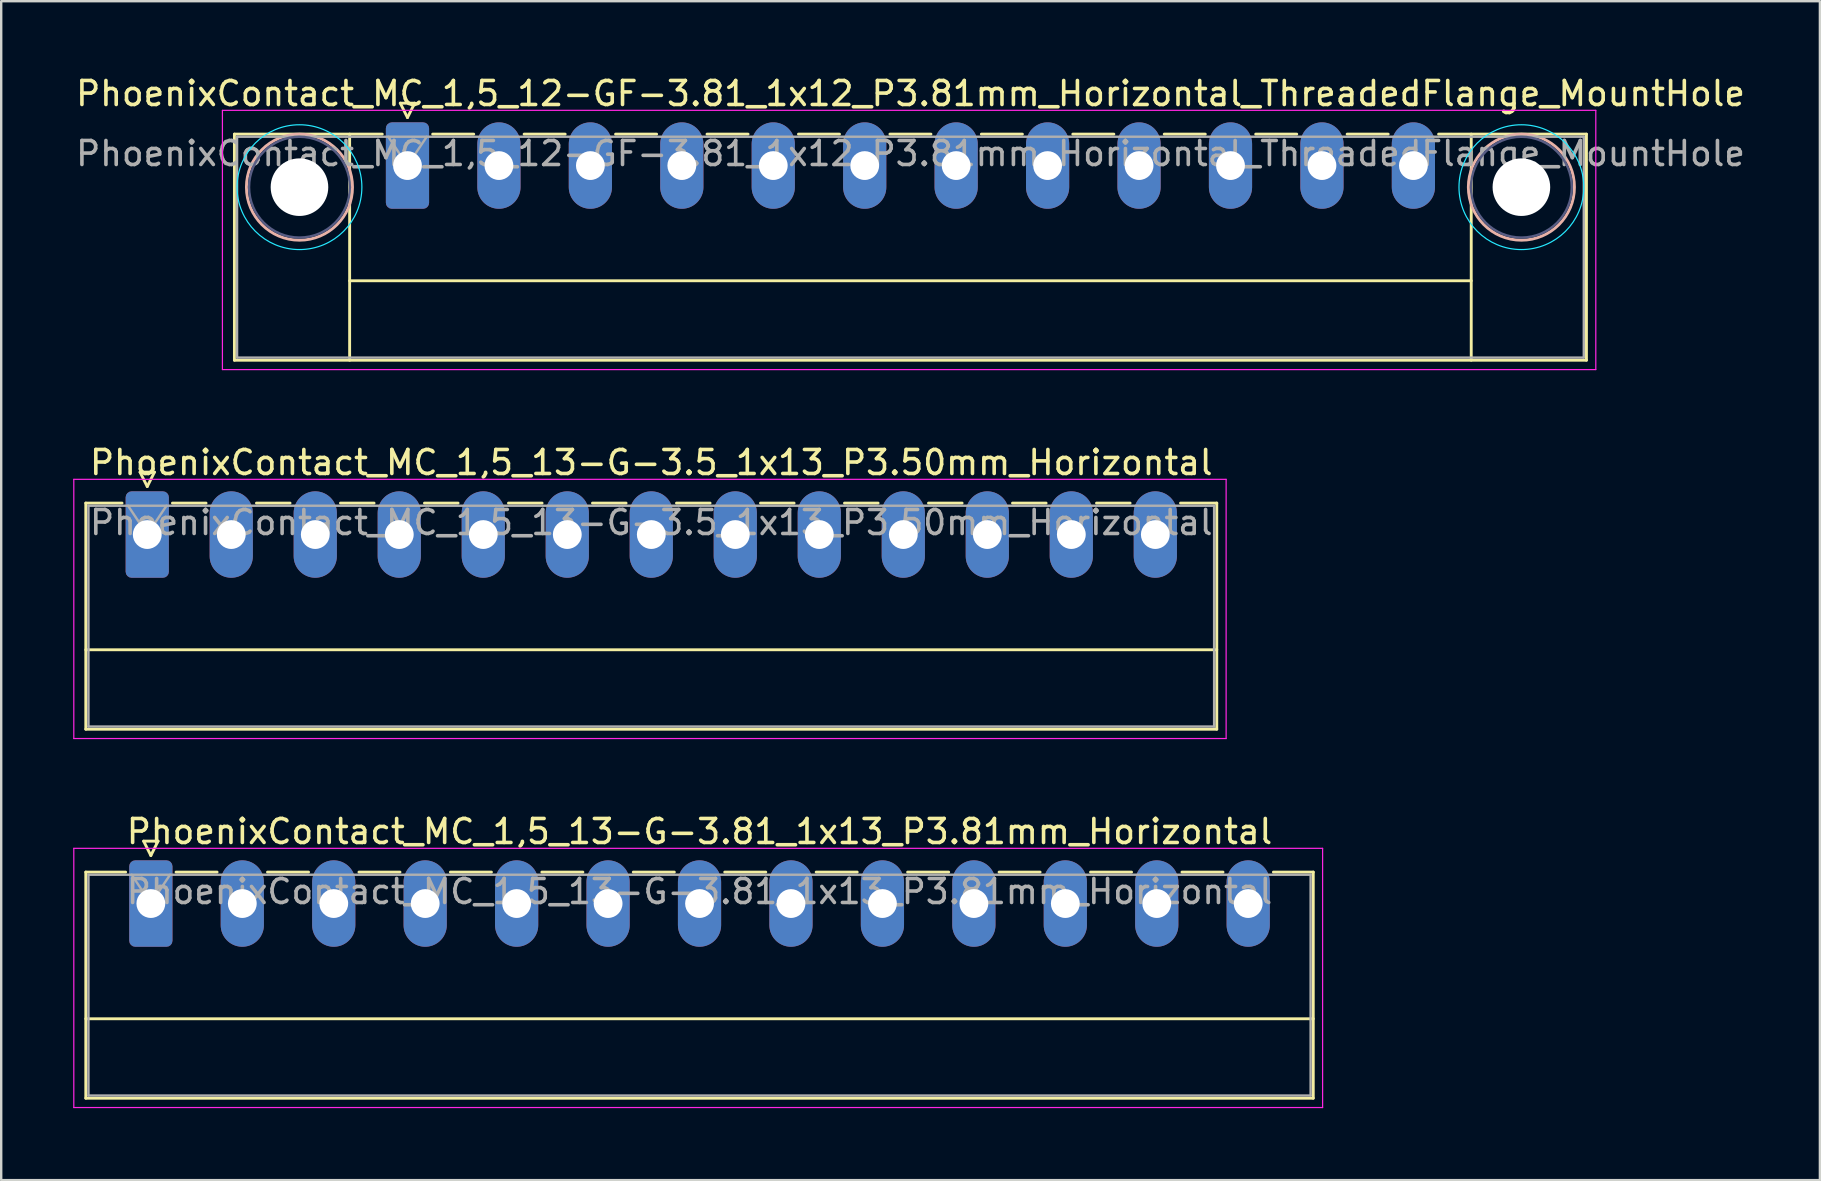
<source format=kicad_pcb>
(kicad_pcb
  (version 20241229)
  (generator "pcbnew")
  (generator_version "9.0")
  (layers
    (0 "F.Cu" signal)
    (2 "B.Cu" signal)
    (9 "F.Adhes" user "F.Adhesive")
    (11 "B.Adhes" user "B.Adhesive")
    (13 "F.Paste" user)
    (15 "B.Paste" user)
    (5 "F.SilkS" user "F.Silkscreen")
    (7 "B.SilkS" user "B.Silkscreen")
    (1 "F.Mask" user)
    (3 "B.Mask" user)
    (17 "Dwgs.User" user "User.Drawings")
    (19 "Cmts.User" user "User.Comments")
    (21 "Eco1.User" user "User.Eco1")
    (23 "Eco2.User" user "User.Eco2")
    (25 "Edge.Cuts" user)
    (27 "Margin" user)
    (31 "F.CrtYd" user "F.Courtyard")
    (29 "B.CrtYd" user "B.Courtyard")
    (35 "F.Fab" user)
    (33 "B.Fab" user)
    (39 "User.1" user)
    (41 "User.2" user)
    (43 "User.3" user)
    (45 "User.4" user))
  (footprint "PhoenixContact_MC_1,5_13-G-3.5_1x13_P3.50mm_Horizontal"
    (layer "F.Cu")
    (at 3.085 19.221)
    (property "Reference" "PhoenixContact_MC_1,5_13-G-3.5_1x13_P3.50mm_Horizontal" (at 21 -3 0) (layer "F.SilkS") (effects (font (size 1 1) (thickness 0.15))))
    (attr through_hole)
    (fp_line (start -2.56 -1.31) (end -2.56 8.11) (stroke (width 0.12) (type solid)) (layer "F.SilkS"))
    (fp_line (start -2.56 -1.31) (end -1.05 -1.31) (stroke (width 0.12) (type solid)) (layer "F.SilkS"))
    (fp_line (start -2.56 4.8) (end 44.56 4.8) (stroke (width 0.12) (type solid)) (layer "F.SilkS"))
    (fp_line (start -2.56 8.11) (end 44.56 8.11) (stroke (width 0.12) (type solid)) (layer "F.SilkS"))
    (fp_line (start -0.3 -2.6) (end 0.3 -2.6) (stroke (width 0.12) (type solid)) (layer "F.SilkS"))
    (fp_line (start 0 -2) (end -0.3 -2.6) (stroke (width 0.12) (type solid)) (layer "F.SilkS"))
    (fp_line (start 0.3 -2.6) (end 0 -2) (stroke (width 0.12) (type solid)) (layer "F.SilkS"))
    (fp_line (start 1.05 -1.31) (end 2.45 -1.31) (stroke (width 0.12) (type solid)) (layer "F.SilkS"))
    (fp_line (start 4.55 -1.31) (end 5.95 -1.31) (stroke (width 0.12) (type solid)) (layer "F.SilkS"))
    (fp_line (start 8.05 -1.31) (end 9.45 -1.31) (stroke (width 0.12) (type solid)) (layer "F.SilkS"))
    (fp_line (start 11.55 -1.31) (end 12.95 -1.31) (stroke (width 0.12) (type solid)) (layer "F.SilkS"))
    (fp_line (start 15.05 -1.31) (end 16.45 -1.31) (stroke (width 0.12) (type solid)) (layer "F.SilkS"))
    (fp_line (start 18.55 -1.31) (end 19.95 -1.31) (stroke (width 0.12) (type solid)) (layer "F.SilkS"))
    (fp_line (start 22.05 -1.31) (end 23.45 -1.31) (stroke (width 0.12) (type solid)) (layer "F.SilkS"))
    (fp_line (start 25.55 -1.31) (end 26.95 -1.31) (stroke (width 0.12) (type solid)) (layer "F.SilkS"))
    (fp_line (start 29.05 -1.31) (end 30.45 -1.31) (stroke (width 0.12) (type solid)) (layer "F.SilkS"))
    (fp_line (start 32.55 -1.31) (end 33.95 -1.31) (stroke (width 0.12) (type solid)) (layer "F.SilkS"))
    (fp_line (start 36.05 -1.31) (end 37.45 -1.31) (stroke (width 0.12) (type solid)) (layer "F.SilkS"))
    (fp_line (start 39.55 -1.31) (end 40.95 -1.31) (stroke (width 0.12) (type solid)) (layer "F.SilkS"))
    (fp_line (start 44.56 -1.31) (end 43.05 -1.31) (stroke (width 0.12) (type solid)) (layer "F.SilkS"))
    (fp_line (start 44.56 8.11) (end 44.56 -1.31) (stroke (width 0.12) (type solid)) (layer "F.SilkS"))
    (fp_line (start -3.06 -2.3) (end -3.06 8.5) (stroke (width 0.05) (type solid)) (layer "F.CrtYd"))
    (fp_line (start -3.06 8.5) (end 44.95 8.5) (stroke (width 0.05) (type solid)) (layer "F.CrtYd"))
    (fp_line (start 44.95 -2.3) (end -3.06 -2.3) (stroke (width 0.05) (type solid)) (layer "F.CrtYd"))
    (fp_line (start 44.95 8.5) (end 44.95 -2.3) (stroke (width 0.05) (type solid)) (layer "F.CrtYd"))
    (fp_line (start -2.45 -1.2) (end -2.45 8) (stroke (width 0.1) (type solid)) (layer "F.Fab"))
    (fp_line (start -2.45 8) (end 44.45 8) (stroke (width 0.1) (type solid)) (layer "F.Fab"))
    (fp_line (start 0 0) (end -0.8 -1.2) (stroke (width 0.1) (type solid)) (layer "F.Fab"))
    (fp_line (start 0.8 -1.2) (end 0 0) (stroke (width 0.1) (type solid)) (layer "F.Fab"))
    (fp_line (start 44.45 -1.2) (end -2.45 -1.2) (stroke (width 0.1) (type solid)) (layer "F.Fab"))
    (fp_line (start 44.45 8) (end 44.45 -1.2) (stroke (width 0.1) (type solid)) (layer "F.Fab"))
    (fp_text user "${REFERENCE}" (at 21 -0.5 0) (layer "F.Fab") (effects (font (size 1 1) (thickness 0.15))))
    (pad "1" thru_hole roundrect (at 0 0) (size 1.8 3.6) (drill 1.2) (layers "*.Cu" "*.Mask") (roundrect_rratio 0.139))
    (pad "2" thru_hole oval (at 3.5 0) (size 1.8 3.6) (drill 1.2) (layers "*.Cu" "*.Mask"))
    (pad "3" thru_hole oval (at 7 0) (size 1.8 3.6) (drill 1.2) (layers "*.Cu" "*.Mask"))
    (pad "4" thru_hole oval (at 10.5 0) (size 1.8 3.6) (drill 1.2) (layers "*.Cu" "*.Mask"))
    (pad "5" thru_hole oval (at 14 0) (size 1.8 3.6) (drill 1.2) (layers "*.Cu" "*.Mask"))
    (pad "6" thru_hole oval (at 17.5 0) (size 1.8 3.6) (drill 1.2) (layers "*.Cu" "*.Mask"))
    (pad "7" thru_hole oval (at 21 0) (size 1.8 3.6) (drill 1.2) (layers "*.Cu" "*.Mask"))
    (pad "8" thru_hole oval (at 24.5 0) (size 1.8 3.6) (drill 1.2) (layers "*.Cu" "*.Mask"))
    (pad "9" thru_hole oval (at 28 0) (size 1.8 3.6) (drill 1.2) (layers "*.Cu" "*.Mask"))
    (pad "10" thru_hole oval (at 31.5 0) (size 1.8 3.6) (drill 1.2) (layers "*.Cu" "*.Mask"))
    (pad "11" thru_hole oval (at 35 0) (size 1.8 3.6) (drill 1.2) (layers "*.Cu" "*.Mask"))
    (pad "12" thru_hole oval (at 38.5 0) (size 1.8 3.6) (drill 1.2) (layers "*.Cu" "*.Mask"))
    (pad "13" thru_hole oval (at 42 0) (size 1.8 3.6) (drill 1.2) (layers "*.Cu" "*.Mask")))
  (footprint "PhoenixContact_MC_1,5_12-GF-3.81_1x12_P3.81mm_Horizontal_ThreadedFlange_MountHole"
    (layer "F.Cu")
    (at 13.927 3.848)
    (property "Reference" "PhoenixContact_MC_1,5_12-GF-3.81_1x12_P3.81mm_Horizontal_ThreadedFlange_MountHole" (at 20.96 -3 0) (layer "F.SilkS") (effects (font (size 1 1) (thickness 0.15))))
    (attr through_hole)
    (fp_line (start -7.21 -1.31) (end -7.21 8.11) (stroke (width 0.12) (type solid)) (layer "F.SilkS"))
    (fp_line (start -7.21 -1.31) (end -1.05 -1.31) (stroke (width 0.12) (type solid)) (layer "F.SilkS"))
    (fp_line (start -7.21 8.11) (end 49.12 8.11) (stroke (width 0.12) (type solid)) (layer "F.SilkS"))
    (fp_line (start -2.41 -1.31) (end -2.41 8.11) (stroke (width 0.12) (type solid)) (layer "F.SilkS"))
    (fp_line (start -2.41 4.8) (end 44.32 4.8) (stroke (width 0.12) (type solid)) (layer "F.SilkS"))
    (fp_line (start -0.3 -2.6) (end 0.3 -2.6) (stroke (width 0.12) (type solid)) (layer "F.SilkS"))
    (fp_line (start 0 -2) (end -0.3 -2.6) (stroke (width 0.12) (type solid)) (layer "F.SilkS"))
    (fp_line (start 0.3 -2.6) (end 0 -2) (stroke (width 0.12) (type solid)) (layer "F.SilkS"))
    (fp_line (start 1.05 -1.31) (end 2.76 -1.31) (stroke (width 0.12) (type solid)) (layer "F.SilkS"))
    (fp_line (start 4.86 -1.31) (end 6.57 -1.31) (stroke (width 0.12) (type solid)) (layer "F.SilkS"))
    (fp_line (start 8.67 -1.31) (end 10.38 -1.31) (stroke (width 0.12) (type solid)) (layer "F.SilkS"))
    (fp_line (start 12.48 -1.31) (end 14.19 -1.31) (stroke (width 0.12) (type solid)) (layer "F.SilkS"))
    (fp_line (start 16.29 -1.31) (end 18 -1.31) (stroke (width 0.12) (type solid)) (layer "F.SilkS"))
    (fp_line (start 20.1 -1.31) (end 21.81 -1.31) (stroke (width 0.12) (type solid)) (layer "F.SilkS"))
    (fp_line (start 23.91 -1.31) (end 25.62 -1.31) (stroke (width 0.12) (type solid)) (layer "F.SilkS"))
    (fp_line (start 27.72 -1.31) (end 29.43 -1.31) (stroke (width 0.12) (type solid)) (layer "F.SilkS"))
    (fp_line (start 31.53 -1.31) (end 33.24 -1.31) (stroke (width 0.12) (type solid)) (layer "F.SilkS"))
    (fp_line (start 35.34 -1.31) (end 37.05 -1.31) (stroke (width 0.12) (type solid)) (layer "F.SilkS"))
    (fp_line (start 39.15 -1.31) (end 40.86 -1.31) (stroke (width 0.12) (type solid)) (layer "F.SilkS"))
    (fp_line (start 44.32 -1.31) (end 44.32 8.11) (stroke (width 0.12) (type solid)) (layer "F.SilkS"))
    (fp_line (start 49.12 -1.31) (end 42.96 -1.31) (stroke (width 0.12) (type solid)) (layer "F.SilkS"))
    (fp_line (start 49.12 8.11) (end 49.12 -1.31) (stroke (width 0.12) (type solid)) (layer "F.SilkS"))
    (fp_circle (center -4.5 0.9) (end -2.29 0.9) (stroke (width 0.12) (type solid)) (fill no) (layer "B.SilkS"))
    (fp_circle (center 46.41 0.9) (end 48.62 0.9) (stroke (width 0.12) (type solid)) (fill no) (layer "B.SilkS"))
    (fp_circle (center -4.5 0.9) (end -1.9 0.9) (stroke (width 0.05) (type solid)) (fill no) (layer "B.CrtYd"))
    (fp_circle (center 46.41 0.9) (end 49.01 0.9) (stroke (width 0.05) (type solid)) (fill no) (layer "B.CrtYd"))
    (fp_line (start -7.71 -2.3) (end -7.71 8.5) (stroke (width 0.05) (type solid)) (layer "F.CrtYd"))
    (fp_line (start -7.71 8.5) (end 49.51 8.5) (stroke (width 0.05) (type solid)) (layer "F.CrtYd"))
    (fp_line (start 49.51 -2.3) (end -7.71 -2.3) (stroke (width 0.05) (type solid)) (layer "F.CrtYd"))
    (fp_line (start 49.51 8.5) (end 49.51 -2.3) (stroke (width 0.05) (type solid)) (layer "F.CrtYd"))
    (fp_circle (center -4.5 0.9) (end -2.4 0.9) (stroke (width 0.1) (type solid)) (fill no) (layer "B.Fab"))
    (fp_circle (center 46.41 0.9) (end 48.51 0.9) (stroke (width 0.1) (type solid)) (fill no) (layer "B.Fab"))
    (fp_line (start -7.1 -1.2) (end -7.1 8) (stroke (width 0.1) (type solid)) (layer "F.Fab"))
    (fp_line (start -7.1 8) (end 49.01 8) (stroke (width 0.1) (type solid)) (layer "F.Fab"))
    (fp_line (start 0 0) (end -0.8 -1.2) (stroke (width 0.1) (type solid)) (layer "F.Fab"))
    (fp_line (start 0.8 -1.2) (end 0 0) (stroke (width 0.1) (type solid)) (layer "F.Fab"))
    (fp_line (start 49.01 -1.2) (end -7.1 -1.2) (stroke (width 0.1) (type solid)) (layer "F.Fab"))
    (fp_line (start 49.01 8) (end 49.01 -1.2) (stroke (width 0.1) (type solid)) (layer "F.Fab"))
    (fp_text user "${REFERENCE}" (at 20.96 -0.5 0) (layer "F.Fab") (effects (font (size 1 1) (thickness 0.15))))
    (pad "" np_thru_hole circle (at -4.5 0.9) (size 2.4 2.4) (drill 2.4) (layers "*.Cu" "*.Mask"))
    (pad "" np_thru_hole circle (at 46.41 0.9) (size 2.4 2.4) (drill 2.4) (layers "*.Cu" "*.Mask"))
    (pad "1" thru_hole roundrect (at 0 0) (size 1.8 3.6) (drill 1.2) (layers "*.Cu" "*.Mask") (roundrect_rratio 0.139))
    (pad "2" thru_hole oval (at 3.81 0) (size 1.8 3.6) (drill 1.2) (layers "*.Cu" "*.Mask"))
    (pad "3" thru_hole oval (at 7.62 0) (size 1.8 3.6) (drill 1.2) (layers "*.Cu" "*.Mask"))
    (pad "4" thru_hole oval (at 11.43 0) (size 1.8 3.6) (drill 1.2) (layers "*.Cu" "*.Mask"))
    (pad "5" thru_hole oval (at 15.24 0) (size 1.8 3.6) (drill 1.2) (layers "*.Cu" "*.Mask"))
    (pad "6" thru_hole oval (at 19.05 0) (size 1.8 3.6) (drill 1.2) (layers "*.Cu" "*.Mask"))
    (pad "7" thru_hole oval (at 22.86 0) (size 1.8 3.6) (drill 1.2) (layers "*.Cu" "*.Mask"))
    (pad "8" thru_hole oval (at 26.67 0) (size 1.8 3.6) (drill 1.2) (layers "*.Cu" "*.Mask"))
    (pad "9" thru_hole oval (at 30.48 0) (size 1.8 3.6) (drill 1.2) (layers "*.Cu" "*.Mask"))
    (pad "10" thru_hole oval (at 34.29 0) (size 1.8 3.6) (drill 1.2) (layers "*.Cu" "*.Mask"))
    (pad "11" thru_hole oval (at 38.1 0) (size 1.8 3.6) (drill 1.2) (layers "*.Cu" "*.Mask"))
    (pad "12" thru_hole oval (at 41.91 0) (size 1.8 3.6) (drill 1.2) (layers "*.Cu" "*.Mask")))
  (footprint "PhoenixContact_MC_1,5_13-G-3.81_1x13_P3.81mm_Horizontal"
    (layer "F.Cu")
    (at 3.235 34.595)
    (property "Reference" "PhoenixContact_MC_1,5_13-G-3.81_1x13_P3.81mm_Horizontal" (at 22.86 -3 0) (layer "F.SilkS") (effects (font (size 1 1) (thickness 0.15))))
    (attr through_hole)
    (fp_line (start -2.71 -1.31) (end -2.71 8.11) (stroke (width 0.12) (type solid)) (layer "F.SilkS"))
    (fp_line (start -2.71 -1.31) (end -1.05 -1.31) (stroke (width 0.12) (type solid)) (layer "F.SilkS"))
    (fp_line (start -2.71 4.8) (end 48.43 4.8) (stroke (width 0.12) (type solid)) (layer "F.SilkS"))
    (fp_line (start -2.71 8.11) (end 48.43 8.11) (stroke (width 0.12) (type solid)) (layer "F.SilkS"))
    (fp_line (start -0.3 -2.6) (end 0.3 -2.6) (stroke (width 0.12) (type solid)) (layer "F.SilkS"))
    (fp_line (start 0 -2) (end -0.3 -2.6) (stroke (width 0.12) (type solid)) (layer "F.SilkS"))
    (fp_line (start 0.3 -2.6) (end 0 -2) (stroke (width 0.12) (type solid)) (layer "F.SilkS"))
    (fp_line (start 1.05 -1.31) (end 2.76 -1.31) (stroke (width 0.12) (type solid)) (layer "F.SilkS"))
    (fp_line (start 4.86 -1.31) (end 6.57 -1.31) (stroke (width 0.12) (type solid)) (layer "F.SilkS"))
    (fp_line (start 8.67 -1.31) (end 10.38 -1.31) (stroke (width 0.12) (type solid)) (layer "F.SilkS"))
    (fp_line (start 12.48 -1.31) (end 14.19 -1.31) (stroke (width 0.12) (type solid)) (layer "F.SilkS"))
    (fp_line (start 16.29 -1.31) (end 18 -1.31) (stroke (width 0.12) (type solid)) (layer "F.SilkS"))
    (fp_line (start 20.1 -1.31) (end 21.81 -1.31) (stroke (width 0.12) (type solid)) (layer "F.SilkS"))
    (fp_line (start 23.91 -1.31) (end 25.62 -1.31) (stroke (width 0.12) (type solid)) (layer "F.SilkS"))
    (fp_line (start 27.72 -1.31) (end 29.43 -1.31) (stroke (width 0.12) (type solid)) (layer "F.SilkS"))
    (fp_line (start 31.53 -1.31) (end 33.24 -1.31) (stroke (width 0.12) (type solid)) (layer "F.SilkS"))
    (fp_line (start 35.34 -1.31) (end 37.05 -1.31) (stroke (width 0.12) (type solid)) (layer "F.SilkS"))
    (fp_line (start 39.15 -1.31) (end 40.86 -1.31) (stroke (width 0.12) (type solid)) (layer "F.SilkS"))
    (fp_line (start 42.96 -1.31) (end 44.67 -1.31) (stroke (width 0.12) (type solid)) (layer "F.SilkS"))
    (fp_line (start 48.43 -1.31) (end 46.77 -1.31) (stroke (width 0.12) (type solid)) (layer "F.SilkS"))
    (fp_line (start 48.43 8.11) (end 48.43 -1.31) (stroke (width 0.12) (type solid)) (layer "F.SilkS"))
    (fp_line (start -3.21 -2.3) (end -3.21 8.5) (stroke (width 0.05) (type solid)) (layer "F.CrtYd"))
    (fp_line (start -3.21 8.5) (end 48.82 8.5) (stroke (width 0.05) (type solid)) (layer "F.CrtYd"))
    (fp_line (start 48.82 -2.3) (end -3.21 -2.3) (stroke (width 0.05) (type solid)) (layer "F.CrtYd"))
    (fp_line (start 48.82 8.5) (end 48.82 -2.3) (stroke (width 0.05) (type solid)) (layer "F.CrtYd"))
    (fp_line (start -2.6 -1.2) (end -2.6 8) (stroke (width 0.1) (type solid)) (layer "F.Fab"))
    (fp_line (start -2.6 8) (end 48.32 8) (stroke (width 0.1) (type solid)) (layer "F.Fab"))
    (fp_line (start 0 0) (end -0.8 -1.2) (stroke (width 0.1) (type solid)) (layer "F.Fab"))
    (fp_line (start 0.8 -1.2) (end 0 0) (stroke (width 0.1) (type solid)) (layer "F.Fab"))
    (fp_line (start 48.32 -1.2) (end -2.6 -1.2) (stroke (width 0.1) (type solid)) (layer "F.Fab"))
    (fp_line (start 48.32 8) (end 48.32 -1.2) (stroke (width 0.1) (type solid)) (layer "F.Fab"))
    (fp_text user "${REFERENCE}" (at 22.86 -0.5 0) (layer "F.Fab") (effects (font (size 1 1) (thickness 0.15))))
    (pad "1" thru_hole roundrect (at 0 0) (size 1.8 3.6) (drill 1.2) (layers "*.Cu" "*.Mask") (roundrect_rratio 0.139))
    (pad "2" thru_hole oval (at 3.81 0) (size 1.8 3.6) (drill 1.2) (layers "*.Cu" "*.Mask"))
    (pad "3" thru_hole oval (at 7.62 0) (size 1.8 3.6) (drill 1.2) (layers "*.Cu" "*.Mask"))
    (pad "4" thru_hole oval (at 11.43 0) (size 1.8 3.6) (drill 1.2) (layers "*.Cu" "*.Mask"))
    (pad "5" thru_hole oval (at 15.24 0) (size 1.8 3.6) (drill 1.2) (layers "*.Cu" "*.Mask"))
    (pad "6" thru_hole oval (at 19.05 0) (size 1.8 3.6) (drill 1.2) (layers "*.Cu" "*.Mask"))
    (pad "7" thru_hole oval (at 22.86 0) (size 1.8 3.6) (drill 1.2) (layers "*.Cu" "*.Mask"))
    (pad "8" thru_hole oval (at 26.67 0) (size 1.8 3.6) (drill 1.2) (layers "*.Cu" "*.Mask"))
    (pad "9" thru_hole oval (at 30.48 0) (size 1.8 3.6) (drill 1.2) (layers "*.Cu" "*.Mask"))
    (pad "10" thru_hole oval (at 34.29 0) (size 1.8 3.6) (drill 1.2) (layers "*.Cu" "*.Mask"))
    (pad "11" thru_hole oval (at 38.1 0) (size 1.8 3.6) (drill 1.2) (layers "*.Cu" "*.Mask"))
    (pad "12" thru_hole oval (at 41.91 0) (size 1.8 3.6) (drill 1.2) (layers "*.Cu" "*.Mask"))
    (pad "13" thru_hole oval (at 45.72 0) (size 1.8 3.6) (drill 1.2) (layers "*.Cu" "*.Mask")))
  (gr_rect
    (start -3 -3)
    (end 72.774 46.12)
    (stroke (width 0.1) (type default))
    (fill no)
    (layer "Edge.Cuts")))
</source>
